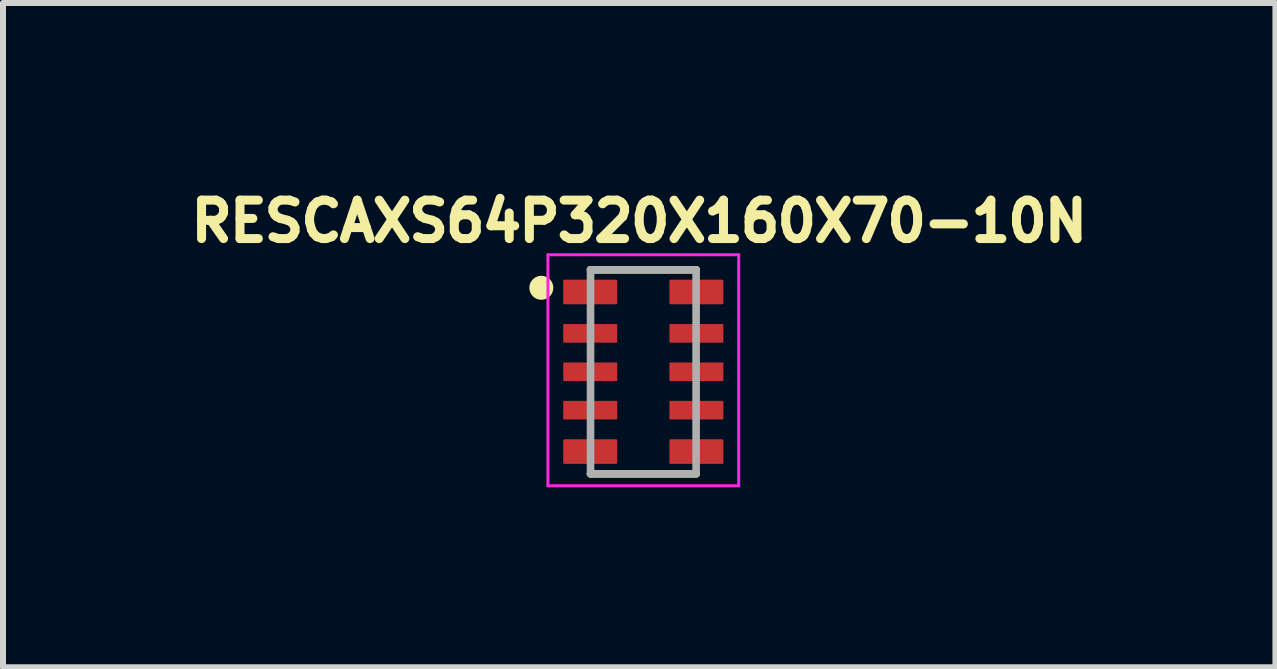
<source format=kicad_pcb>
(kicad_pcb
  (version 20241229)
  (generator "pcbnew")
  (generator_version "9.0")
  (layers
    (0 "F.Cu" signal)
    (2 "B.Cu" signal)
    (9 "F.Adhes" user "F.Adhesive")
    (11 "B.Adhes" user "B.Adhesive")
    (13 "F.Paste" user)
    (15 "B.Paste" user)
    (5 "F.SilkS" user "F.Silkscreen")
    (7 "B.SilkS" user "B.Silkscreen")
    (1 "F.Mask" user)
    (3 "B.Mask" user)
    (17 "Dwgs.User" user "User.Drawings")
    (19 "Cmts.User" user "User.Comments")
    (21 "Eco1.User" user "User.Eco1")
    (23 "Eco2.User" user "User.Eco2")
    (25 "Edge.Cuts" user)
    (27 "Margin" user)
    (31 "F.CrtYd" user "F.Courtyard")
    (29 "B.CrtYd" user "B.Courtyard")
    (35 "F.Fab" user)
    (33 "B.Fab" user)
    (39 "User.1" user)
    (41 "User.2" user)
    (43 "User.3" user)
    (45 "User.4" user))
  (footprint "RESCAXS64P320X160X70-10N"
    (layer "F.Cu")
    (at 7.673 3.147)
    (property "Reference" "RESCAXS64P320X160X70-10N" (at -0.068 -2.509 0) (layer "F.SilkS") (effects (font (size 0.641 0.641) (thickness 0.15))))
    (attr smd)
    (fp_line (start -0.88 -1.7) (end 0.88 -1.7) (stroke (width 0.127) (type solid)) (layer "F.SilkS"))
    (fp_line (start -0.88 1.7) (end 0.88 1.7) (stroke (width 0.127) (type solid)) (layer "F.SilkS"))
    (fp_circle (center -1.7 -1.4) (end -1.6 -1.4) (stroke (width 0.2) (type solid)) (fill no) (layer "F.SilkS"))
    (fp_line (start -1.59 -1.95) (end 1.59 -1.95) (stroke (width 0.05) (type solid)) (layer "F.CrtYd"))
    (fp_line (start -1.59 1.9) (end -1.59 -1.95) (stroke (width 0.05) (type solid)) (layer "F.CrtYd"))
    (fp_line (start 1.59 -1.95) (end 1.59 1.9) (stroke (width 0.05) (type solid)) (layer "F.CrtYd"))
    (fp_line (start 1.59 1.9) (end -1.59 1.9) (stroke (width 0.05) (type solid)) (layer "F.CrtYd"))
    (fp_line (start -0.88 -1.7) (end 0.88 -1.7) (stroke (width 0.127) (type solid)) (layer "F.Fab"))
    (fp_line (start -0.88 1.7) (end -0.88 -1.7) (stroke (width 0.127) (type solid)) (layer "F.Fab"))
    (fp_line (start 0.88 -1.7) (end 0.88 1.7) (stroke (width 0.127) (type solid)) (layer "F.Fab"))
    (fp_line (start 0.88 1.7) (end -0.88 1.7) (stroke (width 0.127) (type solid)) (layer "F.Fab"))
    (pad "1" smd roundrect (at -0.885 -1.33) (size 0.9 0.41) (layers "F.Cu" "F.Mask" "F.Paste") (roundrect_rratio 0.05))
    (pad "2" smd roundrect (at -0.885 -0.64) (size 0.9 0.31) (layers "F.Cu" "F.Mask" "F.Paste") (roundrect_rratio 0.04))
    (pad "3" smd roundrect (at -0.885 0) (size 0.9 0.31) (layers "F.Cu" "F.Mask" "F.Paste") (roundrect_rratio 0.04))
    (pad "4" smd roundrect (at -0.885 0.64) (size 0.9 0.31) (layers "F.Cu" "F.Mask" "F.Paste") (roundrect_rratio 0.04))
    (pad "5" smd roundrect (at -0.885 1.33) (size 0.9 0.41) (layers "F.Cu" "F.Mask" "F.Paste") (roundrect_rratio 0.05))
    (pad "6" smd roundrect (at 0.885 1.33 180) (size 0.9 0.41) (layers "F.Cu" "F.Mask" "F.Paste") (roundrect_rratio 0.05))
    (pad "7" smd roundrect (at 0.885 0.64 180) (size 0.9 0.31) (layers "F.Cu" "F.Mask" "F.Paste") (roundrect_rratio 0.04))
    (pad "8" smd roundrect (at 0.885 0 180) (size 0.9 0.31) (layers "F.Cu" "F.Mask" "F.Paste") (roundrect_rratio 0.04))
    (pad "9" smd roundrect (at 0.885 -0.64 180) (size 0.9 0.31) (layers "F.Cu" "F.Mask" "F.Paste") (roundrect_rratio 0.04))
    (pad "10" smd roundrect (at 0.885 -1.33 180) (size 0.9 0.41) (layers "F.Cu" "F.Mask" "F.Paste") (roundrect_rratio 0.05)))
  (gr_rect
    (start -3 -3)
    (end 18.209 8.072)
    (stroke (width 0.1) (type default))
    (fill no)
    (layer "Edge.Cuts")))
</source>
